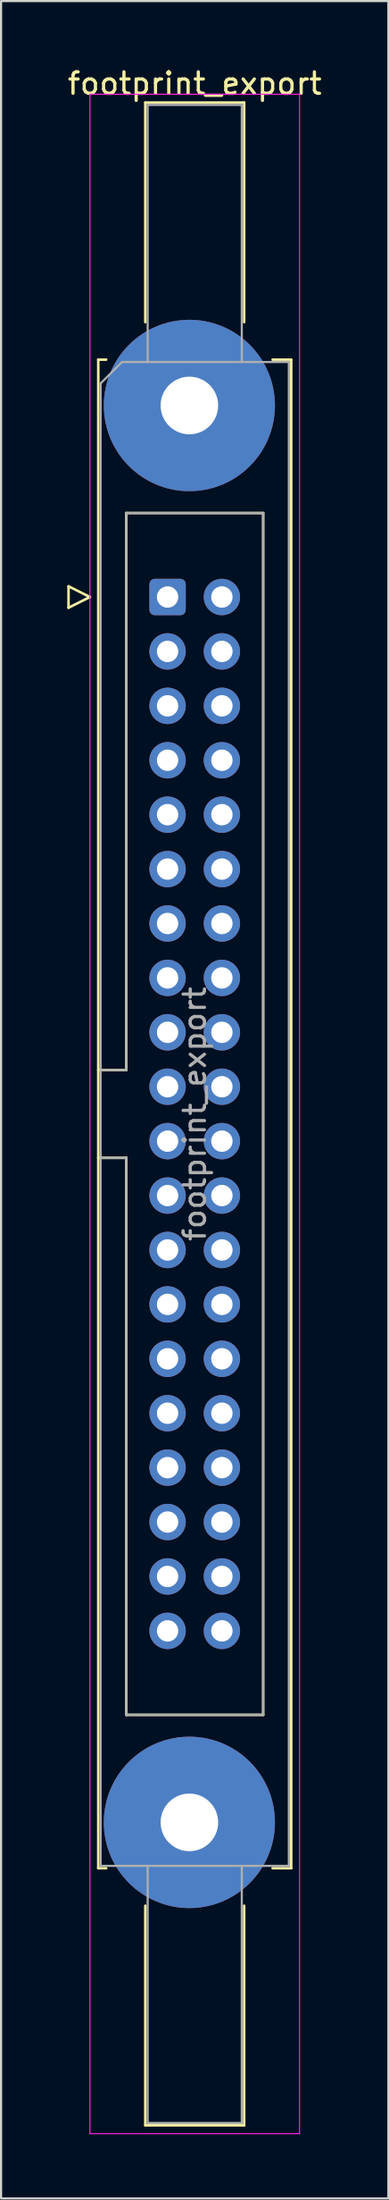
<source format=kicad_pcb>
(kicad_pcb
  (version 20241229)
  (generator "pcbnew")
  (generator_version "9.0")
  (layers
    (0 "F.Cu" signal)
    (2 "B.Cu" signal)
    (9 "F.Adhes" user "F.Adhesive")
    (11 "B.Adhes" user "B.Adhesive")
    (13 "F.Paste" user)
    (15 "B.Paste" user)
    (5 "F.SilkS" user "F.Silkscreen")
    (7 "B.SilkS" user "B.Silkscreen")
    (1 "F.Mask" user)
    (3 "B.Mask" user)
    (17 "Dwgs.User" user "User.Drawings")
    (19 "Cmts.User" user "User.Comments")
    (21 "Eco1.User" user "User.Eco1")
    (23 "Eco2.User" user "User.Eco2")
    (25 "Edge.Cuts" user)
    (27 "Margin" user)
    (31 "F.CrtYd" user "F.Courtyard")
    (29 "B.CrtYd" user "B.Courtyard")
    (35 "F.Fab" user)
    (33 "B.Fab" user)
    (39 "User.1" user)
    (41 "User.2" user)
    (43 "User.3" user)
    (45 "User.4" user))
  (footprint "footprint_export"
    (layer "F.Cu")
    (at 4.784 24.818)
    (property "Reference" "footprint_export" (at 1.27 -23.97 0) (layer "F.SilkS") (effects (font (size 1 1) (thickness 0.15))))
    (attr through_hole)
    (fp_line (start -4.63 -0.5) (end -4.63 0.5) (stroke (width 0.12) (type solid)) (layer "F.SilkS"))
    (fp_line (start -4.63 0.5) (end -3.63 0) (stroke (width 0.12) (type solid)) (layer "F.SilkS"))
    (fp_line (start -3.63 0) (end -4.63 -0.5) (stroke (width 0.12) (type solid)) (layer "F.SilkS"))
    (fp_line (start -3.24 -11.08) (end -3.24 59.34) (stroke (width 0.12) (type solid)) (layer "F.SilkS"))
    (fp_line (start -3.24 22.08) (end -1.93 22.08) (stroke (width 0.12) (type solid)) (layer "F.SilkS"))
    (fp_line (start -3.24 59.34) (end -2.87 59.34) (stroke (width 0.12) (type solid)) (layer "F.SilkS"))
    (fp_line (start -2.87 -11.08) (end -3.24 -11.08) (stroke (width 0.12) (type solid)) (layer "F.SilkS"))
    (fp_line (start -1.93 -3.92) (end 4.47 -3.92) (stroke (width 0.12) (type solid)) (layer "F.SilkS"))
    (fp_line (start -1.93 22.08) (end -1.93 -3.92) (stroke (width 0.12) (type solid)) (layer "F.SilkS"))
    (fp_line (start -1.93 26.18) (end -3.24 26.18) (stroke (width 0.12) (type solid)) (layer "F.SilkS"))
    (fp_line (start -1.93 26.18) (end -1.93 26.18) (stroke (width 0.12) (type solid)) (layer "F.SilkS"))
    (fp_line (start -1.93 52.18) (end -1.93 26.18) (stroke (width 0.12) (type solid)) (layer "F.SilkS"))
    (fp_line (start -1.04 -23.08) (end 3.58 -23.08) (stroke (width 0.12) (type solid)) (layer "F.SilkS"))
    (fp_line (start -1.04 -12.83) (end -1.04 -23.08) (stroke (width 0.12) (type solid)) (layer "F.SilkS"))
    (fp_line (start -1.04 61.09) (end -1.04 71.34) (stroke (width 0.12) (type solid)) (layer "F.SilkS"))
    (fp_line (start -1.04 71.34) (end 3.58 71.34) (stroke (width 0.12) (type solid)) (layer "F.SilkS"))
    (fp_line (start 3.58 -23.08) (end 3.58 -12.83) (stroke (width 0.12) (type solid)) (layer "F.SilkS"))
    (fp_line (start 3.58 71.34) (end 3.58 61.09) (stroke (width 0.12) (type solid)) (layer "F.SilkS"))
    (fp_line (start 4.47 -3.92) (end 4.47 52.18) (stroke (width 0.12) (type solid)) (layer "F.SilkS"))
    (fp_line (start 4.47 52.18) (end -1.93 52.18) (stroke (width 0.12) (type solid)) (layer "F.SilkS"))
    (fp_line (start 4.91 -11.08) (end 5.78 -11.08) (stroke (width 0.12) (type solid)) (layer "F.SilkS"))
    (fp_line (start 5.78 -11.08) (end 5.78 59.34) (stroke (width 0.12) (type solid)) (layer "F.SilkS"))
    (fp_line (start 5.78 59.34) (end 4.91 59.34) (stroke (width 0.12) (type solid)) (layer "F.SilkS"))
    (fp_line (start -3.63 -23.47) (end -3.63 71.73) (stroke (width 0.05) (type solid)) (layer "F.CrtYd"))
    (fp_line (start -3.63 71.73) (end 6.17 71.73) (stroke (width 0.05) (type solid)) (layer "F.CrtYd"))
    (fp_line (start 6.17 -23.47) (end -3.63 -23.47) (stroke (width 0.05) (type solid)) (layer "F.CrtYd"))
    (fp_line (start 6.17 71.73) (end 6.17 -23.47) (stroke (width 0.05) (type solid)) (layer "F.CrtYd"))
    (fp_line (start -3.13 -9.97) (end -2.13 -10.97) (stroke (width 0.1) (type solid)) (layer "F.Fab"))
    (fp_line (start -3.13 22.08) (end -1.93 22.08) (stroke (width 0.1) (type solid)) (layer "F.Fab"))
    (fp_line (start -3.13 59.23) (end -3.13 -9.97) (stroke (width 0.1) (type solid)) (layer "F.Fab"))
    (fp_line (start -2.13 -10.97) (end 5.67 -10.97) (stroke (width 0.1) (type solid)) (layer "F.Fab"))
    (fp_line (start -1.93 -3.92) (end 4.47 -3.92) (stroke (width 0.1) (type solid)) (layer "F.Fab"))
    (fp_line (start -1.93 22.08) (end -1.93 -3.92) (stroke (width 0.1) (type solid)) (layer "F.Fab"))
    (fp_line (start -1.93 26.18) (end -3.13 26.18) (stroke (width 0.1) (type solid)) (layer "F.Fab"))
    (fp_line (start -1.93 26.18) (end -1.93 26.18) (stroke (width 0.1) (type solid)) (layer "F.Fab"))
    (fp_line (start -1.93 52.18) (end -1.93 26.18) (stroke (width 0.1) (type solid)) (layer "F.Fab"))
    (fp_line (start -0.93 -22.97) (end 3.47 -22.97) (stroke (width 0.1) (type solid)) (layer "F.Fab"))
    (fp_line (start -0.93 -10.97) (end -0.93 -22.97) (stroke (width 0.1) (type solid)) (layer "F.Fab"))
    (fp_line (start -0.93 59.23) (end -0.93 71.23) (stroke (width 0.1) (type solid)) (layer "F.Fab"))
    (fp_line (start -0.93 71.23) (end 3.47 71.23) (stroke (width 0.1) (type solid)) (layer "F.Fab"))
    (fp_line (start 3.47 -22.97) (end 3.47 -10.97) (stroke (width 0.1) (type solid)) (layer "F.Fab"))
    (fp_line (start 3.47 71.23) (end 3.47 59.23) (stroke (width 0.1) (type solid)) (layer "F.Fab"))
    (fp_line (start 4.47 -3.92) (end 4.47 52.18) (stroke (width 0.1) (type solid)) (layer "F.Fab"))
    (fp_line (start 4.47 52.18) (end -1.93 52.18) (stroke (width 0.1) (type solid)) (layer "F.Fab"))
    (fp_line (start 5.67 -10.97) (end 5.67 59.23) (stroke (width 0.1) (type solid)) (layer "F.Fab"))
    (fp_line (start 5.67 59.23) (end -3.13 59.23) (stroke (width 0.1) (type solid)) (layer "F.Fab"))
    (fp_text user "${REFERENCE}" (at 1.27 24.13 90) (layer "F.Fab") (effects (font (size 1 1) (thickness 0.15))))
    (pad "1" thru_hole roundrect (at 0 0) (size 1.7 1.7) (drill 1) (layers "*.Cu" "*.Mask") (roundrect_rratio 0.147))
    (pad "2" thru_hole circle (at 2.54 0) (size 1.7 1.7) (drill 1) (layers "*.Cu" "*.Mask"))
    (pad "3" thru_hole circle (at 0 2.54) (size 1.7 1.7) (drill 1) (layers "*.Cu" "*.Mask"))
    (pad "4" thru_hole circle (at 2.54 2.54) (size 1.7 1.7) (drill 1) (layers "*.Cu" "*.Mask"))
    (pad "5" thru_hole circle (at 0 5.08) (size 1.7 1.7) (drill 1) (layers "*.Cu" "*.Mask"))
    (pad "6" thru_hole circle (at 2.54 5.08) (size 1.7 1.7) (drill 1) (layers "*.Cu" "*.Mask"))
    (pad "7" thru_hole circle (at 0 7.62) (size 1.7 1.7) (drill 1) (layers "*.Cu" "*.Mask"))
    (pad "8" thru_hole circle (at 2.54 7.62) (size 1.7 1.7) (drill 1) (layers "*.Cu" "*.Mask"))
    (pad "9" thru_hole circle (at 0 10.16) (size 1.7 1.7) (drill 1) (layers "*.Cu" "*.Mask"))
    (pad "10" thru_hole circle (at 2.54 10.16) (size 1.7 1.7) (drill 1) (layers "*.Cu" "*.Mask"))
    (pad "11" thru_hole circle (at 0 12.7) (size 1.7 1.7) (drill 1) (layers "*.Cu" "*.Mask"))
    (pad "12" thru_hole circle (at 2.54 12.7) (size 1.7 1.7) (drill 1) (layers "*.Cu" "*.Mask"))
    (pad "13" thru_hole circle (at 0 15.24) (size 1.7 1.7) (drill 1) (layers "*.Cu" "*.Mask"))
    (pad "14" thru_hole circle (at 2.54 15.24) (size 1.7 1.7) (drill 1) (layers "*.Cu" "*.Mask"))
    (pad "15" thru_hole circle (at 0 17.78) (size 1.7 1.7) (drill 1) (layers "*.Cu" "*.Mask"))
    (pad "16" thru_hole circle (at 2.54 17.78) (size 1.7 1.7) (drill 1) (layers "*.Cu" "*.Mask"))
    (pad "17" thru_hole circle (at 0 20.32) (size 1.7 1.7) (drill 1) (layers "*.Cu" "*.Mask"))
    (pad "18" thru_hole circle (at 2.54 20.32) (size 1.7 1.7) (drill 1) (layers "*.Cu" "*.Mask"))
    (pad "19" thru_hole circle (at 0 22.86) (size 1.7 1.7) (drill 1) (layers "*.Cu" "*.Mask"))
    (pad "20" thru_hole circle (at 2.54 22.86) (size 1.7 1.7) (drill 1) (layers "*.Cu" "*.Mask"))
    (pad "21" thru_hole circle (at 0 25.4) (size 1.7 1.7) (drill 1) (layers "*.Cu" "*.Mask"))
    (pad "22" thru_hole circle (at 2.54 25.4) (size 1.7 1.7) (drill 1) (layers "*.Cu" "*.Mask"))
    (pad "23" thru_hole circle (at 0 27.94) (size 1.7 1.7) (drill 1) (layers "*.Cu" "*.Mask"))
    (pad "24" thru_hole circle (at 2.54 27.94) (size 1.7 1.7) (drill 1) (layers "*.Cu" "*.Mask"))
    (pad "25" thru_hole circle (at 0 30.48) (size 1.7 1.7) (drill 1) (layers "*.Cu" "*.Mask"))
    (pad "26" thru_hole circle (at 2.54 30.48) (size 1.7 1.7) (drill 1) (layers "*.Cu" "*.Mask"))
    (pad "27" thru_hole circle (at 0 33.02) (size 1.7 1.7) (drill 1) (layers "*.Cu" "*.Mask"))
    (pad "28" thru_hole circle (at 2.54 33.02) (size 1.7 1.7) (drill 1) (layers "*.Cu" "*.Mask"))
    (pad "29" thru_hole circle (at 0 35.56) (size 1.7 1.7) (drill 1) (layers "*.Cu" "*.Mask"))
    (pad "30" thru_hole circle (at 2.54 35.56) (size 1.7 1.7) (drill 1) (layers "*.Cu" "*.Mask"))
    (pad "31" thru_hole circle (at 0 38.1) (size 1.7 1.7) (drill 1) (layers "*.Cu" "*.Mask"))
    (pad "32" thru_hole circle (at 2.54 38.1) (size 1.7 1.7) (drill 1) (layers "*.Cu" "*.Mask"))
    (pad "33" thru_hole circle (at 0 40.64) (size 1.7 1.7) (drill 1) (layers "*.Cu" "*.Mask"))
    (pad "34" thru_hole circle (at 2.54 40.64) (size 1.7 1.7) (drill 1) (layers "*.Cu" "*.Mask"))
    (pad "35" thru_hole circle (at 0 43.18) (size 1.7 1.7) (drill 1) (layers "*.Cu" "*.Mask"))
    (pad "36" thru_hole circle (at 2.54 43.18) (size 1.7 1.7) (drill 1) (layers "*.Cu" "*.Mask"))
    (pad "37" thru_hole circle (at 0 45.72) (size 1.7 1.7) (drill 1) (layers "*.Cu" "*.Mask"))
    (pad "38" thru_hole circle (at 2.54 45.72) (size 1.7 1.7) (drill 1) (layers "*.Cu" "*.Mask"))
    (pad "39" thru_hole circle (at 0 48.26) (size 1.7 1.7) (drill 1) (layers "*.Cu" "*.Mask"))
    (pad "40" thru_hole circle (at 2.54 48.26) (size 1.7 1.7) (drill 1) (layers "*.Cu" "*.Mask"))
    (pad "MP" thru_hole circle (at 1.02 -8.94) (size 8 8) (drill 2.69) (layers "*.Cu" "*.Mask"))
    (pad "MP" thru_hole circle (at 1.02 57.2) (size 8 8) (drill 2.69) (layers "*.Cu" "*.Mask")))
  (gr_rect
    (start -3 -3)
    (end 15.107 99.573)
    (stroke (width 0.1) (type default))
    (fill no)
    (layer "Edge.Cuts")))
</source>
